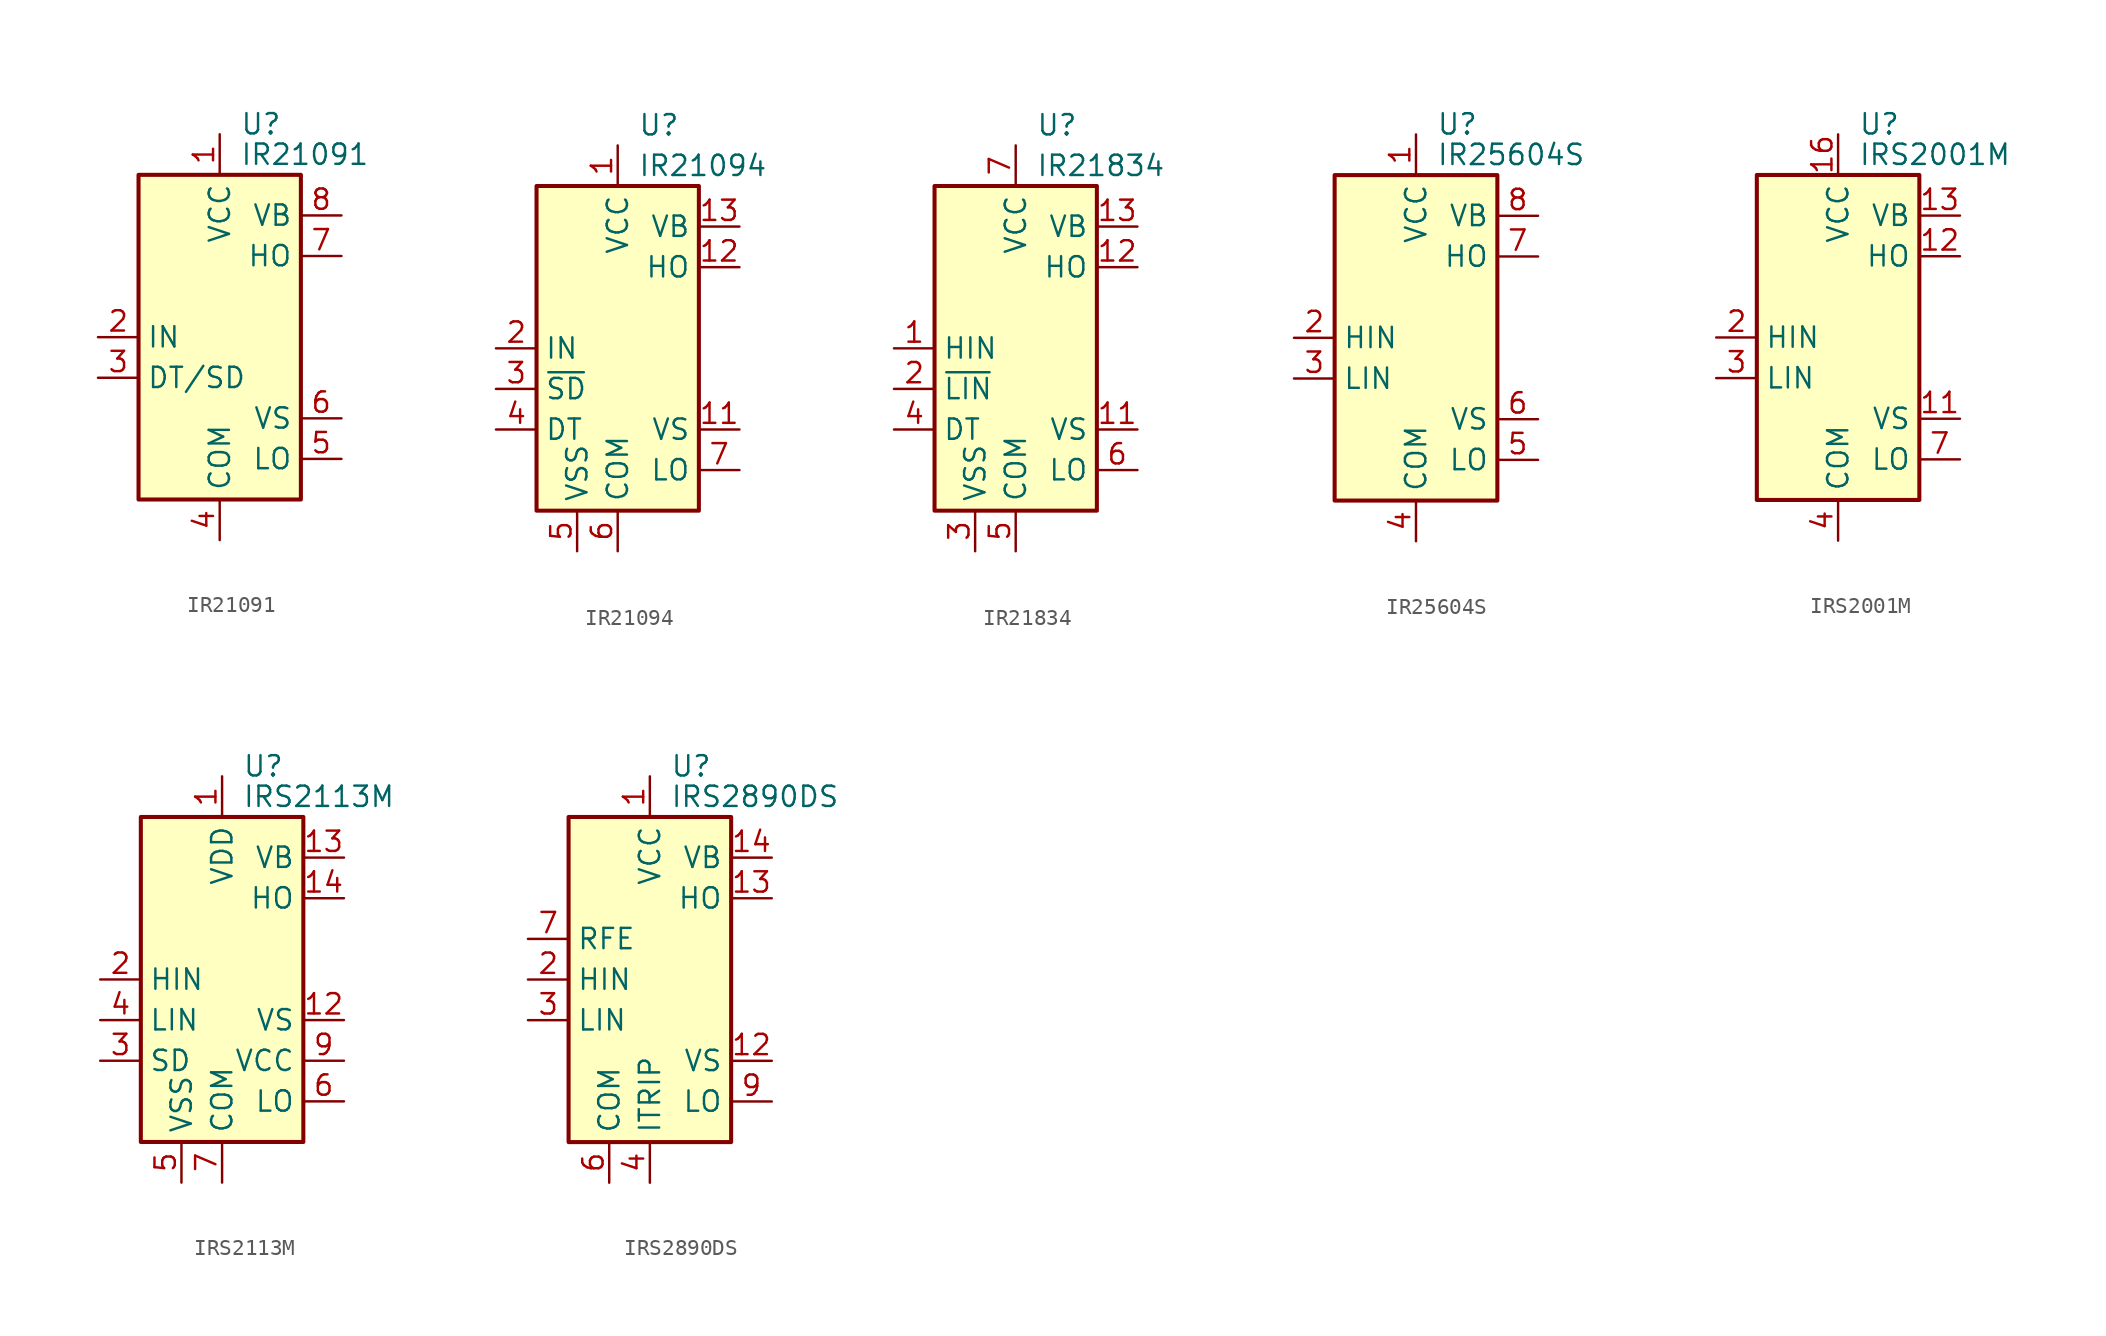
<source format=kicad_sym>
(kicad_symbol_lib
  (version 20201005)
  (generator kicad_symbol_editor)
  (symbol "IR21091"
    (property "Reference" "U"
      (at 1.27 13.335 0)
      (effects (font (size 1.27 1.27)) (justify left)))
    (property "Value" "IR21091"
      (at 1.27 11.43 0)
      (effects (font (size 1.27 1.27)) (justify left)))
    (symbol "IR21091_0_1"
      (rectangle (start -5.08 -10.16) (end 5.08 10.16) (stroke (width 0.254)) (fill (type background))))
    (symbol "IR21091_1_1"
      (pin power_in line (at 0 12.7 270) (length 2.54) (name "VCC" (effects (font (size 1.27 1.27)))) (number "1" (effects (font (size 1.27 1.27)))))
      (pin input line (at -7.62 0 0) (length 2.54) (name "IN" (effects (font (size 1.27 1.27)))) (number "2" (effects (font (size 1.27 1.27)))))
      (pin input line (at -7.62 -2.54 0) (length 2.54) (name "DT/SD" (effects (font (size 1.27 1.27)))) (number "3" (effects (font (size 1.27 1.27)))))
      (pin power_in line (at 0 -12.7 90) (length 2.54) (name "COM" (effects (font (size 1.27 1.27)))) (number "4" (effects (font (size 1.27 1.27)))))
      (pin output line (at 7.62 -7.62 180) (length 2.54) (name "LO" (effects (font (size 1.27 1.27)))) (number "5" (effects (font (size 1.27 1.27)))))
      (pin passive line (at 7.62 -5.08 180) (length 2.54) (name "VS" (effects (font (size 1.27 1.27)))) (number "6" (effects (font (size 1.27 1.27)))))
      (pin output line (at 7.62 5.08 180) (length 2.54) (name "HO" (effects (font (size 1.27 1.27)))) (number "7" (effects (font (size 1.27 1.27)))))
      (pin passive line (at 7.62 7.62 180) (length 2.54) (name "VB" (effects (font (size 1.27 1.27)))) (number "8" (effects (font (size 1.27 1.27)))))))
  (symbol "IR21094"
    (property "Reference" "U"
      (at 1.27 13.97 0)
      (effects (font (size 1.27 1.27)) (justify left)))
    (property "Value" "IR21094"
      (at 1.27 11.43 0)
      (effects (font (size 1.27 1.27)) (justify left)))
    (symbol "IR21094_0_1"
      (rectangle (start -5.08 -10.16) (end 5.08 10.16) (stroke (width 0.254)) (fill (type background))))
    (symbol "IR21094_1_1"
      (pin power_in line (at 0 12.7 270) (length 2.54) (name "VCC" (effects (font (size 1.27 1.27)))) (number "1" (effects (font (size 1.27 1.27)))))
      (pin no_connect line (at -5.08 2.54 0) (length 2.54) hide (name "NC" (effects (font (size 1.27 1.27)))) (number "10" (effects (font (size 1.27 1.27)))))
      (pin passive line (at 7.62 -5.08 180) (length 2.54) (name "VS" (effects (font (size 1.27 1.27)))) (number "11" (effects (font (size 1.27 1.27)))))
      (pin output line (at 7.62 5.08 180) (length 2.54) (name "HO" (effects (font (size 1.27 1.27)))) (number "12" (effects (font (size 1.27 1.27)))))
      (pin passive line (at 7.62 7.62 180) (length 2.54) (name "VB" (effects (font (size 1.27 1.27)))) (number "13" (effects (font (size 1.27 1.27)))))
      (pin no_connect line (at 5.08 2.54 180) (length 2.54) hide (name "NC" (effects (font (size 1.27 1.27)))) (number "14" (effects (font (size 1.27 1.27)))))
      (pin input line (at -7.62 0 0) (length 2.54) (name "IN" (effects (font (size 1.27 1.27)))) (number "2" (effects (font (size 1.27 1.27)))))
      (pin input line (at -7.62 -2.54 0) (length 2.54) (name "~SD" (effects (font (size 1.27 1.27)))) (number "3" (effects (font (size 1.27 1.27)))))
      (pin input line (at -7.62 -5.08 0) (length 2.54) (name "DT" (effects (font (size 1.27 1.27)))) (number "4" (effects (font (size 1.27 1.27)))))
      (pin power_in line (at -2.54 -12.7 90) (length 2.54) (name "VSS" (effects (font (size 1.27 1.27)))) (number "5" (effects (font (size 1.27 1.27)))))
      (pin power_in line (at 0 -12.7 90) (length 2.54) (name "COM" (effects (font (size 1.27 1.27)))) (number "6" (effects (font (size 1.27 1.27)))))
      (pin output line (at 7.62 -7.62 180) (length 2.54) (name "LO" (effects (font (size 1.27 1.27)))) (number "7" (effects (font (size 1.27 1.27)))))
      (pin no_connect line (at -5.08 7.62 0) (length 2.54) hide (name "NC" (effects (font (size 1.27 1.27)))) (number "8" (effects (font (size 1.27 1.27)))))
      (pin no_connect line (at -5.08 5.08 0) (length 2.54) hide (name "NC" (effects (font (size 1.27 1.27)))) (number "9" (effects (font (size 1.27 1.27)))))))
  (symbol "IR21834"
    (property "Reference" "U"
      (at 1.27 13.97 0)
      (effects (font (size 1.27 1.27)) (justify left)))
    (property "Value" "IR21834"
      (at 1.27 11.43 0)
      (effects (font (size 1.27 1.27)) (justify left)))
    (symbol "IR21834_0_1"
      (rectangle (start -5.08 -10.16) (end 5.08 10.16) (stroke (width 0.254)) (fill (type background))))
    (symbol "IR21834_1_1"
      (pin input line (at -7.62 0 0) (length 2.54) (name "HIN" (effects (font (size 1.27 1.27)))) (number "1" (effects (font (size 1.27 1.27)))))
      (pin no_connect line (at -5.08 2.54 0) (length 2.54) hide (name "NC" (effects (font (size 1.27 1.27)))) (number "10" (effects (font (size 1.27 1.27)))))
      (pin passive line (at 7.62 -5.08 180) (length 2.54) (name "VS" (effects (font (size 1.27 1.27)))) (number "11" (effects (font (size 1.27 1.27)))))
      (pin output line (at 7.62 5.08 180) (length 2.54) (name "HO" (effects (font (size 1.27 1.27)))) (number "12" (effects (font (size 1.27 1.27)))))
      (pin passive line (at 7.62 7.62 180) (length 2.54) (name "VB" (effects (font (size 1.27 1.27)))) (number "13" (effects (font (size 1.27 1.27)))))
      (pin no_connect line (at 5.08 2.54 180) (length 2.54) hide (name "NC" (effects (font (size 1.27 1.27)))) (number "14" (effects (font (size 1.27 1.27)))))
      (pin input line (at -7.62 -2.54 0) (length 2.54) (name "~LIN" (effects (font (size 1.27 1.27)))) (number "2" (effects (font (size 1.27 1.27)))))
      (pin power_in line (at -2.54 -12.7 90) (length 2.54) (name "VSS" (effects (font (size 1.27 1.27)))) (number "3" (effects (font (size 1.27 1.27)))))
      (pin input line (at -7.62 -5.08 0) (length 2.54) (name "DT" (effects (font (size 1.27 1.27)))) (number "4" (effects (font (size 1.27 1.27)))))
      (pin power_in line (at 0 -12.7 90) (length 2.54) (name "COM" (effects (font (size 1.27 1.27)))) (number "5" (effects (font (size 1.27 1.27)))))
      (pin output line (at 7.62 -7.62 180) (length 2.54) (name "LO" (effects (font (size 1.27 1.27)))) (number "6" (effects (font (size 1.27 1.27)))))
      (pin power_in line (at 0 12.7 270) (length 2.54) (name "VCC" (effects (font (size 1.27 1.27)))) (number "7" (effects (font (size 1.27 1.27)))))
      (pin no_connect line (at -5.08 7.62 0) (length 2.54) hide (name "NC" (effects (font (size 1.27 1.27)))) (number "8" (effects (font (size 1.27 1.27)))))
      (pin no_connect line (at -5.08 5.08 0) (length 2.54) hide (name "NC" (effects (font (size 1.27 1.27)))) (number "9" (effects (font (size 1.27 1.27)))))))
  (symbol "IR25604S"
    (property "Reference" "U"
      (at 1.27 13.335 0)
      (effects (font (size 1.27 1.27)) (justify left)))
    (property "Value" "IR25604S"
      (at 1.27 11.43 0)
      (effects (font (size 1.27 1.27)) (justify left)))
    (symbol "IR25604S_0_1"
      (rectangle (start -5.08 -10.16) (end 5.08 10.16) (stroke (width 0.254)) (fill (type background))))
    (symbol "IR25604S_1_1"
      (pin power_in line (at 0 12.7 270) (length 2.54) (name "VCC" (effects (font (size 1.27 1.27)))) (number "1" (effects (font (size 1.27 1.27)))))
      (pin input line (at -7.62 0 0) (length 2.54) (name "HIN" (effects (font (size 1.27 1.27)))) (number "2" (effects (font (size 1.27 1.27)))))
      (pin input line (at -7.62 -2.54 0) (length 2.54) (name "LIN" (effects (font (size 1.27 1.27)))) (number "3" (effects (font (size 1.27 1.27)))))
      (pin power_in line (at 0 -12.7 90) (length 2.54) (name "COM" (effects (font (size 1.27 1.27)))) (number "4" (effects (font (size 1.27 1.27)))))
      (pin output line (at 7.62 -7.62 180) (length 2.54) (name "LO" (effects (font (size 1.27 1.27)))) (number "5" (effects (font (size 1.27 1.27)))))
      (pin passive line (at 7.62 -5.08 180) (length 2.54) (name "VS" (effects (font (size 1.27 1.27)))) (number "6" (effects (font (size 1.27 1.27)))))
      (pin output line (at 7.62 5.08 180) (length 2.54) (name "HO" (effects (font (size 1.27 1.27)))) (number "7" (effects (font (size 1.27 1.27)))))
      (pin passive line (at 7.62 7.62 180) (length 2.54) (name "VB" (effects (font (size 1.27 1.27)))) (number "8" (effects (font (size 1.27 1.27)))))))
  (symbol "IRS2001M"
    (property "Reference" "U"
      (at 1.27 13.335 0)
      (effects (font (size 1.27 1.27)) (justify left)))
    (property "Value" "IRS2001M"
      (at 1.27 11.43 0)
      (effects (font (size 1.27 1.27)) (justify left)))
    (symbol "IRS2001M_0_1"
      (rectangle (start -5.08 -10.16) (end 5.08 10.16) (stroke (width 0.254)) (fill (type background))))
    (symbol "IRS2001M_1_1"
      (pin no_connect line (at -5.08 7.62 0) (length 2.54) hide (name "NC" (effects (font (size 1.27 1.27)))) (number "1" (effects (font (size 1.27 1.27)))))
      (pin passive line (at 7.62 -5.08 180) (length 2.54) (name "VS" (effects (font (size 1.27 1.27)))) (number "11" (effects (font (size 1.27 1.27)))))
      (pin output line (at 7.62 5.08 180) (length 2.54) (name "HO" (effects (font (size 1.27 1.27)))) (number "12" (effects (font (size 1.27 1.27)))))
      (pin passive line (at 7.62 7.62 180) (length 2.54) (name "VB" (effects (font (size 1.27 1.27)))) (number "13" (effects (font (size 1.27 1.27)))))
      (pin no_connect line (at 5.08 -2.54 180) (length 2.54) hide (name "NC" (effects (font (size 1.27 1.27)))) (number "14" (effects (font (size 1.27 1.27)))))
      (pin power_in line (at 0 12.7 270) (length 2.54) (name "VCC" (effects (font (size 1.27 1.27)))) (number "16" (effects (font (size 1.27 1.27)))))
      (pin passive line (at 0 -12.7 90) (length 2.54) hide (name "COM" (effects (font (size 1.27 1.27)))) (number "17" (effects (font (size 1.27 1.27)))))
      (pin input line (at -7.62 0 0) (length 2.54) (name "HIN" (effects (font (size 1.27 1.27)))) (number "2" (effects (font (size 1.27 1.27)))))
      (pin input line (at -7.62 -2.54 0) (length 2.54) (name "LIN" (effects (font (size 1.27 1.27)))) (number "3" (effects (font (size 1.27 1.27)))))
      (pin power_in line (at 0 -12.7 90) (length 2.54) (name "COM" (effects (font (size 1.27 1.27)))) (number "4" (effects (font (size 1.27 1.27)))))
      (pin no_connect line (at -5.08 5.08 0) (length 2.54) hide (name "NC" (effects (font (size 1.27 1.27)))) (number "5" (effects (font (size 1.27 1.27)))))
      (pin no_connect line (at -5.08 2.54 0) (length 2.54) hide (name "NC" (effects (font (size 1.27 1.27)))) (number "6" (effects (font (size 1.27 1.27)))))
      (pin output line (at 7.62 -7.62 180) (length 2.54) (name "LO" (effects (font (size 1.27 1.27)))) (number "7" (effects (font (size 1.27 1.27)))))
      (pin no_connect line (at 5.08 2.54 180) (length 2.54) hide (name "NC" (effects (font (size 1.27 1.27)))) (number "8" (effects (font (size 1.27 1.27)))))
      (pin no_connect line (at 5.08 0 180) (length 2.54) hide (name "NC" (effects (font (size 1.27 1.27)))) (number "9" (effects (font (size 1.27 1.27)))))))
  (symbol "IRS2113M"
    (property "Reference" "U"
      (at 1.27 13.335 0)
      (effects (font (size 1.27 1.27)) (justify left)))
    (property "Value" "IRS2113M"
      (at 1.27 11.43 0)
      (effects (font (size 1.27 1.27)) (justify left)))
    (symbol "IRS2113M_0_1"
      (rectangle (start -5.08 -10.16) (end 5.08 10.16) (stroke (width 0.254)) (fill (type background))))
    (symbol "IRS2113M_1_1"
      (pin power_in line (at 0 12.7 270) (length 2.54) (name "VDD" (effects (font (size 1.27 1.27)))) (number "1" (effects (font (size 1.27 1.27)))))
      (pin no_connect line (at -5.08 5.08 0) (length 2.54) hide (name "NC" (effects (font (size 1.27 1.27)))) (number "11" (effects (font (size 1.27 1.27)))))
      (pin passive line (at 7.62 -2.54 180) (length 2.54) (name "VS" (effects (font (size 1.27 1.27)))) (number "12" (effects (font (size 1.27 1.27)))))
      (pin passive line (at 7.62 7.62 180) (length 2.54) (name "VB" (effects (font (size 1.27 1.27)))) (number "13" (effects (font (size 1.27 1.27)))))
      (pin output line (at 7.62 5.08 180) (length 2.54) (name "HO" (effects (font (size 1.27 1.27)))) (number "14" (effects (font (size 1.27 1.27)))))
      (pin no_connect line (at -5.08 2.54 0) (length 2.54) hide (name "NC" (effects (font (size 1.27 1.27)))) (number "16" (effects (font (size 1.27 1.27)))))
      (pin passive line (at 0 -12.7 90) (length 2.54) hide (name "COM" (effects (font (size 1.27 1.27)))) (number "17" (effects (font (size 1.27 1.27)))))
      (pin input line (at -7.62 0 0) (length 2.54) (name "HIN" (effects (font (size 1.27 1.27)))) (number "2" (effects (font (size 1.27 1.27)))))
      (pin input line (at -7.62 -5.08 0) (length 2.54) (name "SD" (effects (font (size 1.27 1.27)))) (number "3" (effects (font (size 1.27 1.27)))))
      (pin input line (at -7.62 -2.54 0) (length 2.54) (name "LIN" (effects (font (size 1.27 1.27)))) (number "4" (effects (font (size 1.27 1.27)))))
      (pin power_in line (at -2.54 -12.7 90) (length 2.54) (name "VSS" (effects (font (size 1.27 1.27)))) (number "5" (effects (font (size 1.27 1.27)))))
      (pin output line (at 7.62 -7.62 180) (length 2.54) (name "LO" (effects (font (size 1.27 1.27)))) (number "6" (effects (font (size 1.27 1.27)))))
      (pin power_in line (at 0 -12.7 90) (length 2.54) (name "COM" (effects (font (size 1.27 1.27)))) (number "7" (effects (font (size 1.27 1.27)))))
      (pin no_connect line (at -5.08 7.62 0) (length 2.54) hide (name "NC" (effects (font (size 1.27 1.27)))) (number "8" (effects (font (size 1.27 1.27)))))
      (pin power_in line (at 7.62 -5.08 180) (length 2.54) (name "VCC" (effects (font (size 1.27 1.27)))) (number "9" (effects (font (size 1.27 1.27)))))))
  (symbol "IRS2890DS"
    (property "Reference" "U"
      (at 1.27 13.335 0)
      (effects (font (size 1.27 1.27)) (justify left)))
    (property "Value" "IRS2890DS"
      (at 1.27 11.43 0)
      (effects (font (size 1.27 1.27)) (justify left)))
    (symbol "IRS2890DS_0_1"
      (rectangle (start -5.08 -10.16) (end 5.08 10.16) (stroke (width 0.254)) (fill (type background))))
    (symbol "IRS2890DS_1_1"
      (pin power_in line (at 0 12.7 270) (length 2.54) (name "VCC" (effects (font (size 1.27 1.27)))) (number "1" (effects (font (size 1.27 1.27)))))
      (pin no_connect line (at 5.08 2.54 180) (length 2.54) hide (name "NC" (effects (font (size 1.27 1.27)))) (number "10" (effects (font (size 1.27 1.27)))))
      (pin no_connect line (at 5.08 0 180) (length 2.54) hide (name "NC" (effects (font (size 1.27 1.27)))) (number "11" (effects (font (size 1.27 1.27)))))
      (pin passive line (at 7.62 -5.08 180) (length 2.54) (name "VS" (effects (font (size 1.27 1.27)))) (number "12" (effects (font (size 1.27 1.27)))))
      (pin output line (at 7.62 5.08 180) (length 2.54) (name "HO" (effects (font (size 1.27 1.27)))) (number "13" (effects (font (size 1.27 1.27)))))
      (pin passive line (at 7.62 7.62 180) (length 2.54) (name "VB" (effects (font (size 1.27 1.27)))) (number "14" (effects (font (size 1.27 1.27)))))
      (pin input line (at -7.62 0 0) (length 2.54) (name "HIN" (effects (font (size 1.27 1.27)))) (number "2" (effects (font (size 1.27 1.27)))))
      (pin input line (at -7.62 -2.54 0) (length 2.54) (name "LIN" (effects (font (size 1.27 1.27)))) (number "3" (effects (font (size 1.27 1.27)))))
      (pin passive line (at 0 -12.7 90) (length 2.54) (name "ITRIP" (effects (font (size 1.27 1.27)))) (number "4" (effects (font (size 1.27 1.27)))))
      (pin no_connect line (at -5.08 7.62 0) (length 2.54) hide (name "NC" (effects (font (size 1.27 1.27)))) (number "5" (effects (font (size 1.27 1.27)))))
      (pin power_in line (at -2.54 -12.7 90) (length 2.54) (name "COM" (effects (font (size 1.27 1.27)))) (number "6" (effects (font (size 1.27 1.27)))))
      (pin open_collector line (at -7.62 2.54 0) (length 2.54) (name "RFE" (effects (font (size 1.27 1.27)))) (number "7" (effects (font (size 1.27 1.27)))))
      (pin no_connect line (at -5.08 5.08 0) (length 2.54) hide (name "NC" (effects (font (size 1.27 1.27)))) (number "8" (effects (font (size 1.27 1.27)))))
      (pin output line (at 7.62 -7.62 180) (length 2.54) (name "LO" (effects (font (size 1.27 1.27)))) (number "9" (effects (font (size 1.27 1.27))))))))
</source>
